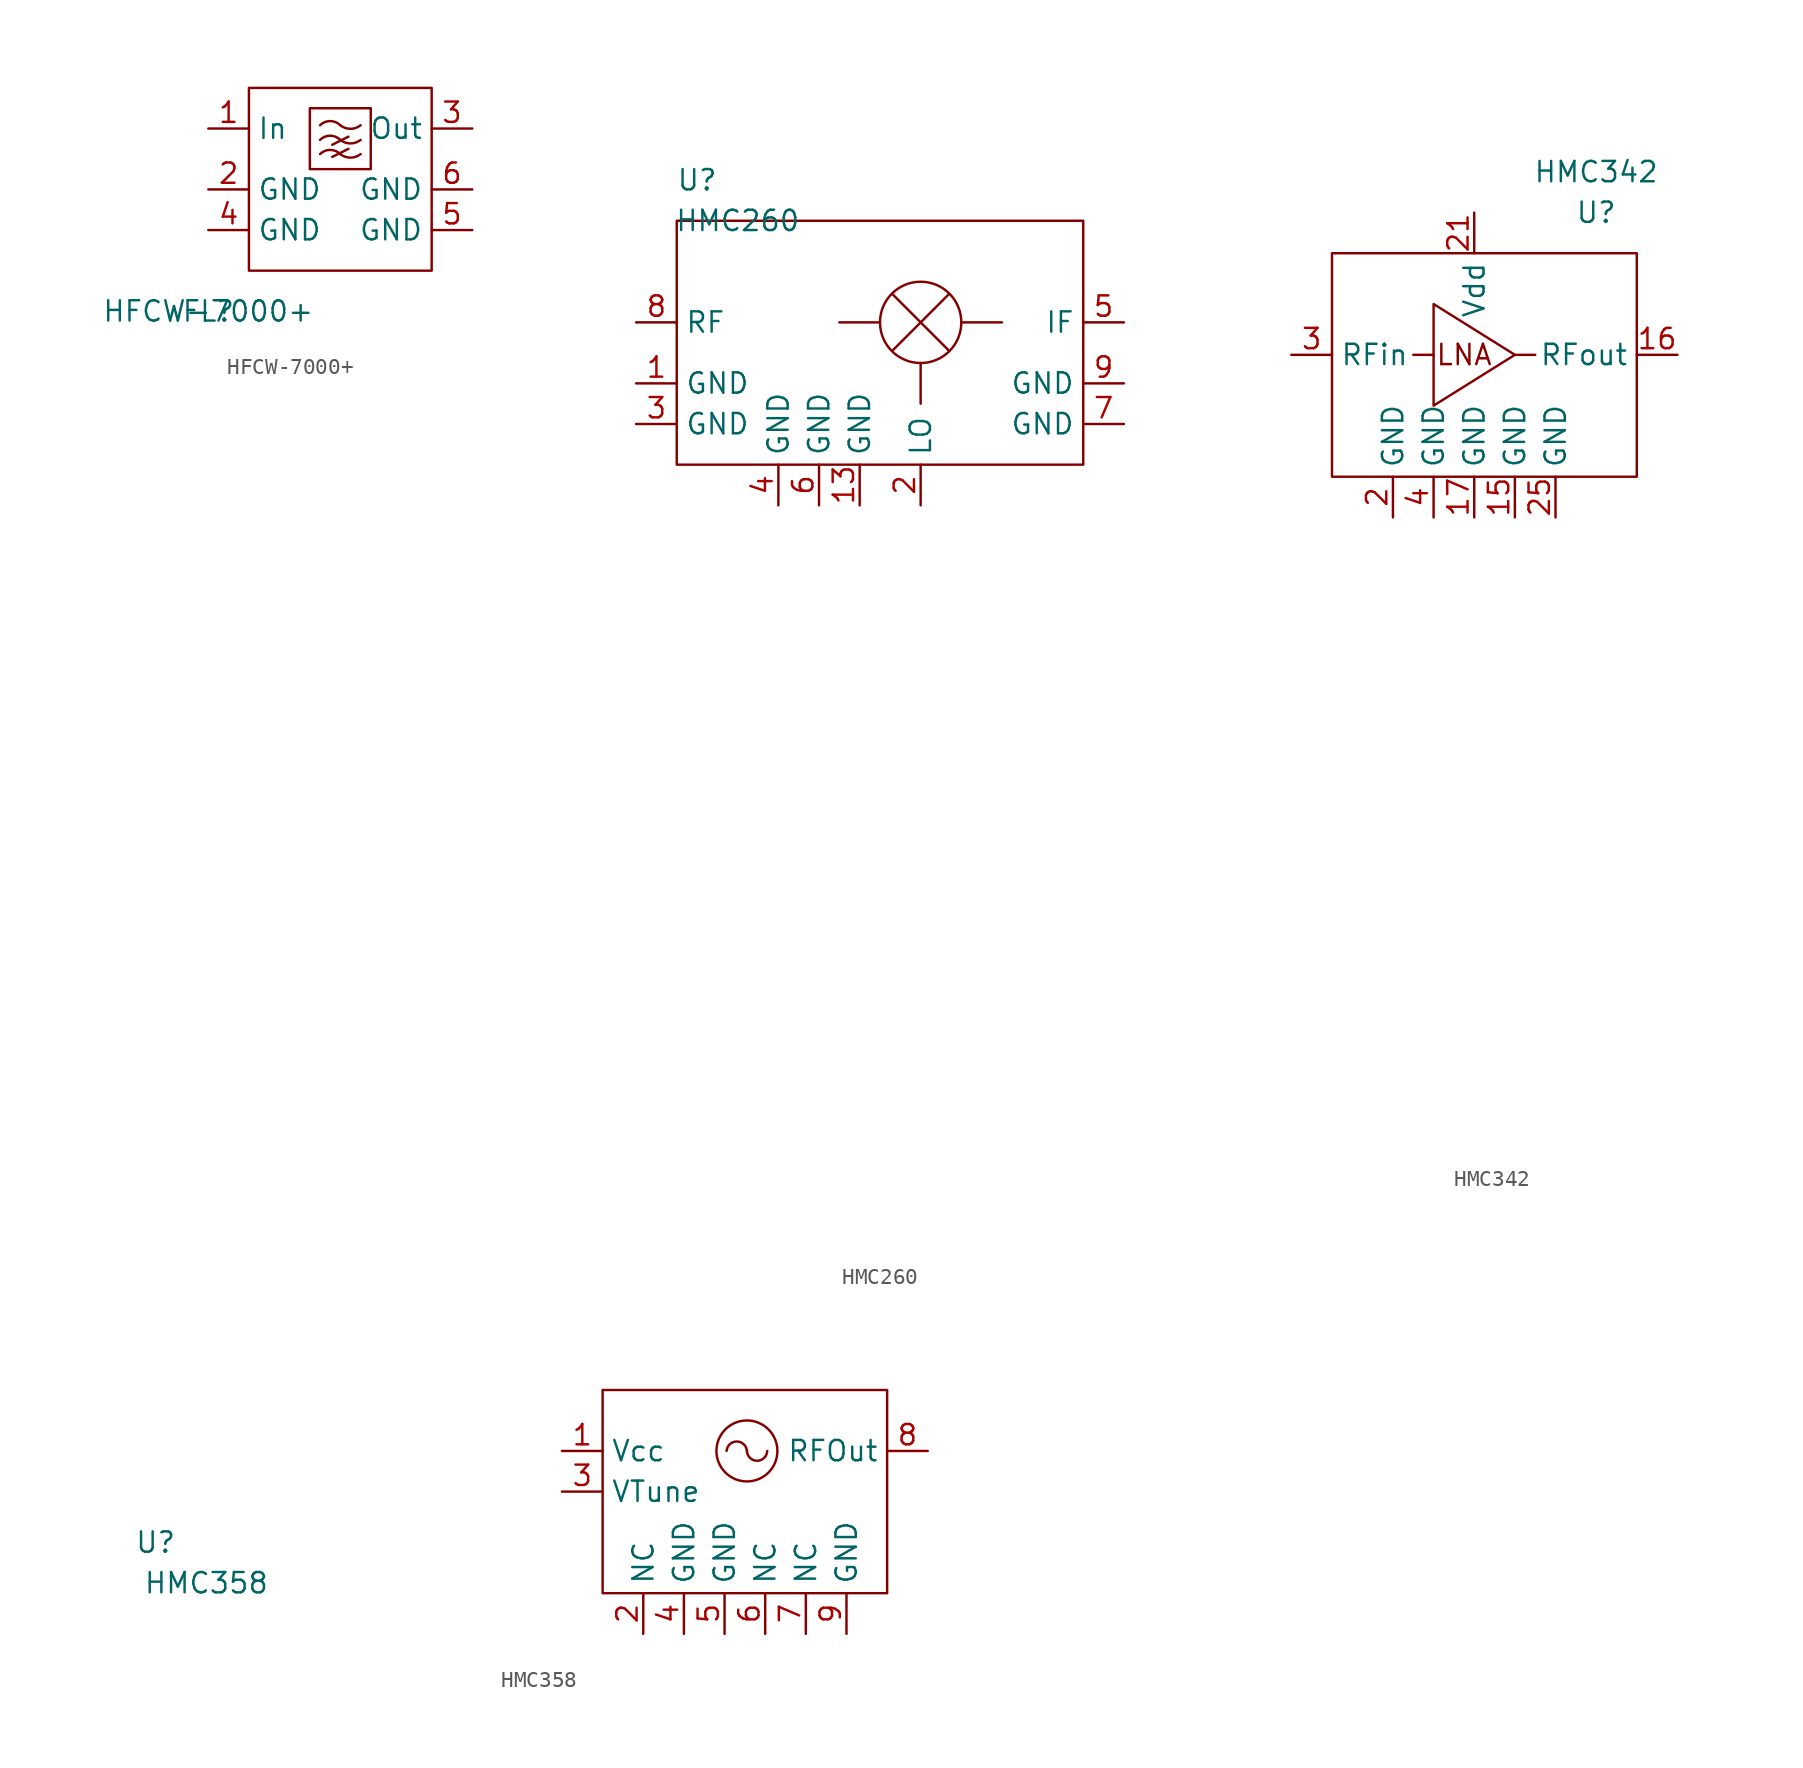
<source format=kicad_sym>
(kicad_symbol_lib
  (version 20220914)
  (generator kicad_symbol_editor)
  (symbol "HFCW-7000+"
    (property "Reference" "FL"
      (at 0 0 0)
      (effects (font (size 1.27 1.27))))
    (property "Value" "HFCW-7000+"
      (at 0 0 0)
      (effects (font (size 1.27 1.27))))
    (symbol "HFCW-7000+_0_0"
      (pin input line (at 0 11.43 0) (length 2.54) (name "In" (effects (font (size 1.27 1.27)))) (number "1" (effects (font (size 1.27 1.27)))))
      (pin passive line (at 0 7.62 0) (length 2.54) (name "GND" (effects (font (size 1.27 1.27)))) (number "2" (effects (font (size 1.27 1.27)))))
      (pin output line (at 16.51 11.43 180) (length 2.54) (name "Out" (effects (font (size 1.27 1.27)))) (number "3" (effects (font (size 1.27 1.27)))))
      (pin passive line (at 0 5.08 0) (length 2.54) (name "GND" (effects (font (size 1.27 1.27)))) (number "4" (effects (font (size 1.27 1.27)))))
      (pin passive line (at 16.51 5.08 180) (length 2.54) (name "GND" (effects (font (size 1.27 1.27)))) (number "5" (effects (font (size 1.27 1.27)))))
      (pin passive line (at 16.51 7.62 180) (length 2.54) (name "GND" (effects (font (size 1.27 1.27)))) (number "6" (effects (font (size 1.27 1.27))))))
    (symbol "HFCW-7000+_0_1"
      (polyline (pts (xy 7.747 9.652) (xy 8.763 10.16)) (stroke (width 0) (type default)) (fill (type none)))
      (polyline (pts (xy 7.747 10.414) (xy 8.763 10.922)) (stroke (width 0) (type default)) (fill (type none)))
      (rectangle (start 2.54 13.97) (end 13.97 2.54) (stroke (width 0) (type default)) (fill (type none)))
      (rectangle (start 6.35 12.7) (end 10.16 8.89) (stroke (width 0) (type default)) (fill (type none)))
      (arc (start 8.255 9.8298) (mid 7.62 10.0929) (end 6.985 9.8298) (stroke (width 0) (type default)) (fill (type none)))
      (arc (start 8.255 9.8298) (mid 8.89 9.6088) (end 9.525 9.8298) (stroke (width 0) (type default)) (fill (type none)))
      (arc (start 8.255 10.7188) (mid 7.62 10.981) (end 6.985 10.7188) (stroke (width 0) (type default)) (fill (type none)))
      (arc (start 8.255 10.7188) (mid 8.89 10.4978) (end 9.525 10.7188) (stroke (width 0) (type default)) (fill (type none)))
      (arc (start 8.255 11.6332) (mid 7.62 11.8963) (end 6.985 11.6332) (stroke (width 0) (type default)) (fill (type none)))
      (arc (start 8.255 11.6332) (mid 8.89 11.412) (end 9.525 11.6332) (stroke (width 0) (type default)) (fill (type none)))))
  (symbol "HMC260"
    (property "Reference" "U"
      (at 1.27 22.86 0)
      (effects (font (size 1.27 1.27))))
    (property "Value" "HMC260"
      (at 3.81 20.32 0)
      (effects (font (size 1.27 1.27))))
    (symbol "HMC260_0_0"
      (pin unspecified line (at -2.54 10.16 0) (length 2.54) (name "GND" (effects (font (size 1.27 1.27)))) (number "1" (effects (font (size 1.27 1.27)))))
      (pin unspecified line (at 6.35 -33.02 0) (length 2.54) hide (name "NC" (effects (font (size 1.27 1.27)))) (number "10" (effects (font (size 1.27 1.27)))))
      (pin unspecified line (at 6.35 -35.56 0) (length 2.54) hide (name "NC" (effects (font (size 1.27 1.27)))) (number "11" (effects (font (size 1.27 1.27)))))
      (pin unspecified line (at 6.35 -38.1 0) (length 2.54) hide (name "NC" (effects (font (size 1.27 1.27)))) (number "12" (effects (font (size 1.27 1.27)))))
      (pin unspecified line (at 11.43 2.54 90) (length 2.54) (name "GND" (effects (font (size 1.27 1.27)))) (number "13" (effects (font (size 1.27 1.27)))))
      (pin unspecified line (at 15.24 2.54 90) (length 2.54) (name "LO" (effects (font (size 1.27 1.27)))) (number "2" (effects (font (size 1.27 1.27)))))
      (pin unspecified line (at -2.54 7.62 0) (length 2.54) (name "GND" (effects (font (size 1.27 1.27)))) (number "3" (effects (font (size 1.27 1.27)))))
      (pin unspecified line (at 6.35 2.54 90) (length 2.54) (name "GND" (effects (font (size 1.27 1.27)))) (number "4" (effects (font (size 1.27 1.27)))))
      (pin unspecified line (at 27.94 13.97 180) (length 2.54) (name "IF" (effects (font (size 1.27 1.27)))) (number "5" (effects (font (size 1.27 1.27)))))
      (pin unspecified line (at 8.89 2.54 90) (length 2.54) (name "GND" (effects (font (size 1.27 1.27)))) (number "6" (effects (font (size 1.27 1.27)))))
      (pin unspecified line (at 27.94 7.62 180) (length 2.54) (name "GND" (effects (font (size 1.27 1.27)))) (number "7" (effects (font (size 1.27 1.27)))))
      (pin unspecified line (at -2.54 13.97 0) (length 2.54) (name "RF" (effects (font (size 1.27 1.27)))) (number "8" (effects (font (size 1.27 1.27)))))
      (pin unspecified line (at 27.94 10.16 180) (length 2.54) (name "GND" (effects (font (size 1.27 1.27)))) (number "9" (effects (font (size 1.27 1.27))))))
    (symbol "HMC260_0_1"
      (polyline (pts (xy 12.7 13.97) (xy 10.16 13.97)) (stroke (width 0) (type default)) (fill (type none)))
      (polyline (pts (xy 15.24 11.43) (xy 15.24 8.89)) (stroke (width 0) (type default)) (fill (type none)))
      (polyline (pts (xy 17.018 12.192) (xy 13.462 15.748)) (stroke (width 0) (type default)) (fill (type none)))
      (polyline (pts (xy 17.018 15.748) (xy 13.462 12.192)) (stroke (width 0) (type default)) (fill (type none)))
      (polyline (pts (xy 17.78 13.97) (xy 20.32 13.97)) (stroke (width 0) (type default)) (fill (type none)))
      (rectangle (start 0 20.32) (end 25.4 5.08) (stroke (width 0) (type default)) (fill (type none)))
      (circle (center 15.24 13.97) (radius 2.54) (stroke (width 0) (type default)) (fill (type none)))))
  (symbol "HMC342"
    (property "Reference" "U"
      (at 7.62 8.89 0)
      (effects (font (size 1.27 1.27))))
    (property "Value" "HMC342"
      (at 7.62 11.43 0)
      (effects (font (size 1.27 1.27))))
    (symbol "HMC342_0_0"
      (text "LNA" (at -0.635 0 0) (effects (font (size 1.27 1.27))))
      (pin unspecified line (at 11.43 -26.67 0) (length 2.54) hide (name "" (effects (font (size 1.27 1.27)))) (number "1" (effects (font (size 1.27 1.27)))))
      (pin unspecified line (at 11.43 -41.91 0) (length 2.54) hide (name "" (effects (font (size 1.27 1.27)))) (number "10" (effects (font (size 1.27 1.27)))))
      (pin unspecified line (at 11.43 -44.45 0) (length 2.54) hide (name "" (effects (font (size 1.27 1.27)))) (number "11" (effects (font (size 1.27 1.27)))))
      (pin unspecified line (at -2.54 -26.67 0) (length 2.54) hide (name "" (effects (font (size 1.27 1.27)))) (number "12" (effects (font (size 1.27 1.27)))))
      (pin unspecified line (at -2.54 -29.21 0) (length 2.54) hide (name "" (effects (font (size 1.27 1.27)))) (number "13" (effects (font (size 1.27 1.27)))))
      (pin unspecified line (at -2.54 -31.75 0) (length 2.54) hide (name "" (effects (font (size 1.27 1.27)))) (number "14" (effects (font (size 1.27 1.27)))))
      (pin passive line (at 2.54 -10.16 90) (length 2.54) (name "GND" (effects (font (size 1.27 1.27)))) (number "15" (effects (font (size 1.27 1.27)))))
      (pin output line (at 12.7 0 180) (length 2.54) (name "RFout" (effects (font (size 1.27 1.27)))) (number "16" (effects (font (size 1.27 1.27)))))
      (pin passive line (at 0 -10.16 90) (length 2.54) (name "GND" (effects (font (size 1.27 1.27)))) (number "17" (effects (font (size 1.27 1.27)))))
      (pin unspecified line (at -2.54 -34.29 0) (length 2.54) hide (name "" (effects (font (size 1.27 1.27)))) (number "18" (effects (font (size 1.27 1.27)))))
      (pin unspecified line (at -2.54 -36.83 0) (length 2.54) hide (name "" (effects (font (size 1.27 1.27)))) (number "19" (effects (font (size 1.27 1.27)))))
      (pin passive line (at -5.08 -10.16 90) (length 2.54) (name "GND" (effects (font (size 1.27 1.27)))) (number "2" (effects (font (size 1.27 1.27)))))
      (pin unspecified line (at -2.54 -39.37 0) (length 2.54) hide (name "" (effects (font (size 1.27 1.27)))) (number "20" (effects (font (size 1.27 1.27)))))
      (pin passive line (at 0 8.89 270) (length 2.54) (name "Vdd" (effects (font (size 1.27 1.27)))) (number "21" (effects (font (size 1.27 1.27)))))
      (pin unspecified line (at -2.54 -41.91 0) (length 2.54) hide (name "" (effects (font (size 1.27 1.27)))) (number "22" (effects (font (size 1.27 1.27)))))
      (pin unspecified line (at -2.54 -44.45 0) (length 2.54) hide (name "" (effects (font (size 1.27 1.27)))) (number "23" (effects (font (size 1.27 1.27)))))
      (pin unspecified line (at 11.43 -24.13 0) (length 2.54) hide (name "" (effects (font (size 1.27 1.27)))) (number "24" (effects (font (size 1.27 1.27)))))
      (pin passive line (at 5.08 -10.16 90) (length 2.54) (name "GND" (effects (font (size 1.27 1.27)))) (number "25" (effects (font (size 1.27 1.27)))))
      (pin input line (at -11.43 0 0) (length 2.54) (name "RFin" (effects (font (size 1.27 1.27)))) (number "3" (effects (font (size 1.27 1.27)))))
      (pin passive line (at -2.54 -10.16 90) (length 2.54) (name "GND" (effects (font (size 1.27 1.27)))) (number "4" (effects (font (size 1.27 1.27)))))
      (pin unspecified line (at 11.43 -29.21 0) (length 2.54) hide (name "" (effects (font (size 1.27 1.27)))) (number "5" (effects (font (size 1.27 1.27)))))
      (pin unspecified line (at 11.43 -31.75 0) (length 2.54) hide (name "" (effects (font (size 1.27 1.27)))) (number "6" (effects (font (size 1.27 1.27)))))
      (pin unspecified line (at 11.43 -34.29 0) (length 2.54) hide (name "" (effects (font (size 1.27 1.27)))) (number "7" (effects (font (size 1.27 1.27)))))
      (pin unspecified line (at 11.43 -36.83 0) (length 2.54) hide (name "" (effects (font (size 1.27 1.27)))) (number "8" (effects (font (size 1.27 1.27)))))
      (pin unspecified line (at 11.43 -39.37 0) (length 2.54) hide (name "" (effects (font (size 1.27 1.27)))) (number "9" (effects (font (size 1.27 1.27))))))
    (symbol "HMC342_0_1"
      (rectangle (start -8.89 6.35) (end 10.16 -7.62) (stroke (width 0) (type default)) (fill (type none)))
      (polyline (pts (xy -2.54 0) (xy -3.81 0)) (stroke (width 0) (type default)) (fill (type none)))
      (polyline (pts (xy 3.81 0) (xy 2.54 0)) (stroke (width 0) (type default)) (fill (type none)))
      (polyline (pts (xy -2.54 3.175) (xy -2.54 -3.175) (xy 2.54 0) (xy -2.54 3.175)) (stroke (width 0) (type default)) (fill (type none)))))
  (symbol "HMC358"
    (property "Reference" "U"
      (at -25.4 6.985 0)
      (effects (font (size 1.27 1.27))))
    (property "Value" "HMC358"
      (at -22.225 4.445 0)
      (effects (font (size 1.27 1.27))))
    (symbol "HMC358_0_0"
      (pin unspecified line (at 0 12.7 0) (length 2.54) (name "Vcc" (effects (font (size 1.27 1.27)))) (number "1" (effects (font (size 1.27 1.27)))))
      (pin unspecified line (at 5.08 1.27 90) (length 2.54) (name "NC" (effects (font (size 1.27 1.27)))) (number "2" (effects (font (size 1.27 1.27)))))
      (pin unspecified line (at 0 10.16 0) (length 2.54) (name "VTune" (effects (font (size 1.27 1.27)))) (number "3" (effects (font (size 1.27 1.27)))))
      (pin unspecified line (at 7.62 1.27 90) (length 2.54) (name "GND" (effects (font (size 1.27 1.27)))) (number "4" (effects (font (size 1.27 1.27)))))
      (pin unspecified line (at 10.16 1.27 90) (length 2.54) (name "GND" (effects (font (size 1.27 1.27)))) (number "5" (effects (font (size 1.27 1.27)))))
      (pin unspecified line (at 12.7 1.27 90) (length 2.54) (name "NC" (effects (font (size 1.27 1.27)))) (number "6" (effects (font (size 1.27 1.27)))))
      (pin unspecified line (at 15.24 1.27 90) (length 2.54) (name "NC" (effects (font (size 1.27 1.27)))) (number "7" (effects (font (size 1.27 1.27)))))
      (pin unspecified line (at 22.86 12.7 180) (length 2.54) (name "RFOut" (effects (font (size 1.27 1.27)))) (number "8" (effects (font (size 1.27 1.27)))))
      (pin unspecified line (at 17.78 1.27 90) (length 2.54) (name "GND" (effects (font (size 1.27 1.27)))) (number "9" (effects (font (size 1.27 1.27))))))
    (symbol "HMC358_0_1"
      (rectangle (start 2.54 16.51) (end 20.32 3.81) (stroke (width 0) (type default)) (fill (type none)))
      (arc (start 11.557 12.7) (mid 10.922 13.2916) (end 10.287 12.7) (stroke (width 0) (type default)) (fill (type none)))
      (arc (start 11.557 12.7) (mid 12.192 12.0871) (end 12.827 12.7) (stroke (width 0) (type default)) (fill (type none)))
      (circle (center 11.557 12.7) (radius 1.905) (stroke (width 0) (type default)) (fill (type none))))))
</source>
